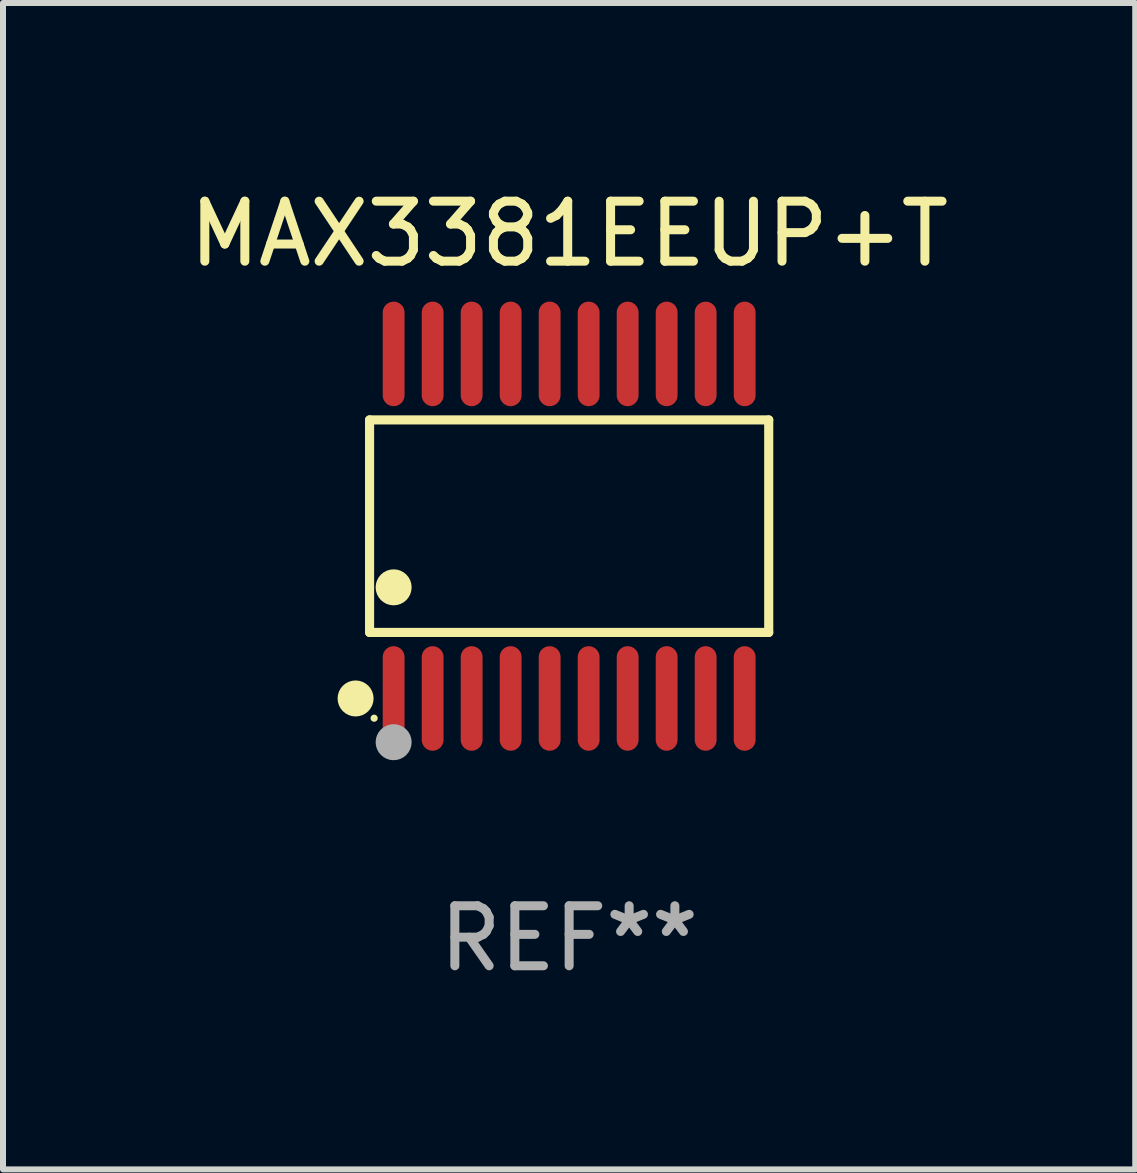
<source format=kicad_pcb>
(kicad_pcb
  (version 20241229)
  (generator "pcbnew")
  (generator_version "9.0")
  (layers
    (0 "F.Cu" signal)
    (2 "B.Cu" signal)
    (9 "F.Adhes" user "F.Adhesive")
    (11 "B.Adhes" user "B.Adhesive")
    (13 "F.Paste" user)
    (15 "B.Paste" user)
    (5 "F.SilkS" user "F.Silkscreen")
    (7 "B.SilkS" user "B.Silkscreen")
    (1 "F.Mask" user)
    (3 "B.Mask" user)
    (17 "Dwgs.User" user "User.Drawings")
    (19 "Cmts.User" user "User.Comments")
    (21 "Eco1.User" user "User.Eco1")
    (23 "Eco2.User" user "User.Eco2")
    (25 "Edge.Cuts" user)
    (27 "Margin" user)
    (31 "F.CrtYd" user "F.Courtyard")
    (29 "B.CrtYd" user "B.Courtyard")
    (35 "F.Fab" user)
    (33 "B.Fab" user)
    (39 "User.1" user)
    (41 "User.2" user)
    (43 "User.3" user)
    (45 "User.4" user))
  (footprint "MAX3381EEUP+T"
    (layer "F.Cu")
    (at 6.435 5.719)
    (property "Reference" "MAX3381EEUP+T" (at 0 -4.871 0) (layer "F.SilkS") (effects (font (size 1 1) (thickness 0.15))))
    (attr through_hole)
    (fp_line (start -3.326 -1.771) (end 3.326 -1.771) (stroke (width 0.152) (type solid)) (layer "F.SilkS"))
    (fp_line (start -3.326 1.771) (end -3.326 -1.771) (stroke (width 0.152) (type solid)) (layer "F.SilkS"))
    (fp_line (start 3.326 -1.771) (end 3.326 1.771) (stroke (width 0.152) (type solid)) (layer "F.SilkS"))
    (fp_line (start 3.326 1.771) (end -3.326 1.771) (stroke (width 0.152) (type solid)) (layer "F.SilkS"))
    (fp_circle (center -3.559 2.871) (end -3.409 2.871) (stroke (width 0.3) (type solid)) (fill no) (layer "F.SilkS"))
    (fp_circle (center -3.25 3.2) (end -3.22 3.2) (stroke (width 0.06) (type solid)) (fill no) (layer "F.SilkS"))
    (fp_circle (center -2.925 1.019) (end -2.775 1.019) (stroke (width 0.3) (type solid)) (fill no) (layer "F.SilkS"))
    (fp_circle (center -2.925 3.6) (end -2.775 3.6) (stroke (width 0.3) (type solid)) (fill no) (layer "F.Fab"))
    (fp_text user "REF**" (at 0 6.871 0) (layer "F.Fab") (effects (font (size 1 1) (thickness 0.15))))
    (pad "1" smd oval (at -2.925 2.871) (size 0.364 1.742) (layers "F.Cu" "F.Mask" "F.Paste"))
    (pad "2" smd oval (at -2.275 2.871) (size 0.364 1.742) (layers "F.Cu" "F.Mask" "F.Paste"))
    (pad "3" smd oval (at -1.625 2.871) (size 0.364 1.742) (layers "F.Cu" "F.Mask" "F.Paste"))
    (pad "4" smd oval (at -0.975 2.871) (size 0.364 1.742) (layers "F.Cu" "F.Mask" "F.Paste"))
    (pad "5" smd oval (at -0.325 2.871) (size 0.364 1.742) (layers "F.Cu" "F.Mask" "F.Paste"))
    (pad "6" smd oval (at 0.325 2.871) (size 0.364 1.742) (layers "F.Cu" "F.Mask" "F.Paste"))
    (pad "7" smd oval (at 0.975 2.871) (size 0.364 1.742) (layers "F.Cu" "F.Mask" "F.Paste"))
    (pad "8" smd oval (at 1.625 2.871) (size 0.364 1.742) (layers "F.Cu" "F.Mask" "F.Paste"))
    (pad "9" smd oval (at 2.275 2.871) (size 0.364 1.742) (layers "F.Cu" "F.Mask" "F.Paste"))
    (pad "10" smd oval (at 2.925 2.871) (size 0.364 1.742) (layers "F.Cu" "F.Mask" "F.Paste"))
    (pad "11" smd oval (at 2.925 -2.871) (size 0.364 1.742) (layers "F.Cu" "F.Mask" "F.Paste"))
    (pad "12" smd oval (at 2.275 -2.871) (size 0.364 1.742) (layers "F.Cu" "F.Mask" "F.Paste"))
    (pad "13" smd oval (at 1.625 -2.871) (size 0.364 1.742) (layers "F.Cu" "F.Mask" "F.Paste"))
    (pad "14" smd oval (at 0.975 -2.871) (size 0.364 1.742) (layers "F.Cu" "F.Mask" "F.Paste"))
    (pad "15" smd oval (at 0.325 -2.871) (size 0.364 1.742) (layers "F.Cu" "F.Mask" "F.Paste"))
    (pad "16" smd oval (at -0.325 -2.871) (size 0.364 1.742) (layers "F.Cu" "F.Mask" "F.Paste"))
    (pad "17" smd oval (at -0.975 -2.871) (size 0.364 1.742) (layers "F.Cu" "F.Mask" "F.Paste"))
    (pad "18" smd oval (at -1.625 -2.871) (size 0.364 1.742) (layers "F.Cu" "F.Mask" "F.Paste"))
    (pad "19" smd oval (at -2.275 -2.871) (size 0.364 1.742) (layers "F.Cu" "F.Mask" "F.Paste"))
    (pad "20" smd oval (at -2.925 -2.871) (size 0.364 1.742) (layers "F.Cu" "F.Mask" "F.Paste")))
  (gr_rect
    (start -3 -3)
    (end 15.869 16.438)
    (stroke (width 0.1) (type default))
    (fill no)
    (layer "Edge.Cuts")))
</source>
